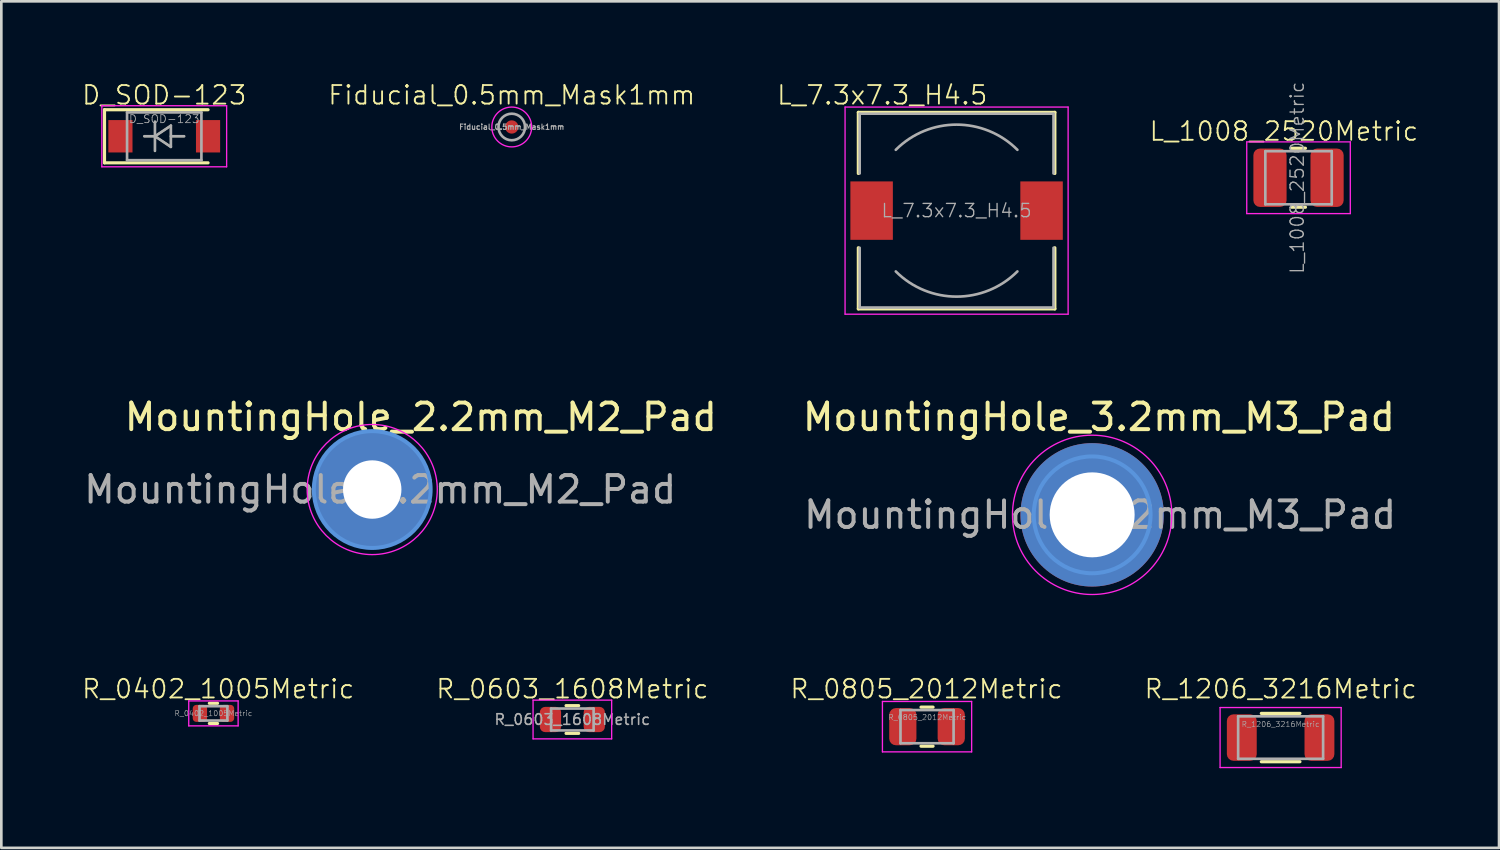
<source format=kicad_pcb>
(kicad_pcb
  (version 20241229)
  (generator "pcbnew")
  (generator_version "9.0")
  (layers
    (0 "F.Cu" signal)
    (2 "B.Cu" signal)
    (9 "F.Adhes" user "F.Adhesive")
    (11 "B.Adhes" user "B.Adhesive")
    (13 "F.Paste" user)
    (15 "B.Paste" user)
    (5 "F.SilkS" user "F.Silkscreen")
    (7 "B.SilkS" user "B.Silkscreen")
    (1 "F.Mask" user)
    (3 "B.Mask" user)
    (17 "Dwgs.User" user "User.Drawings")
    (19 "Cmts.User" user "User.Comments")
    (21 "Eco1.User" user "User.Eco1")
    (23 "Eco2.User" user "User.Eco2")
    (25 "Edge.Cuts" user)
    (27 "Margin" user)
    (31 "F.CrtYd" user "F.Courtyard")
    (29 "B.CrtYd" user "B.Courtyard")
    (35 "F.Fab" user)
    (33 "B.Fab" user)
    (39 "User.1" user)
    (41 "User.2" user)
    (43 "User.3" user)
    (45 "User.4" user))
  (footprint "MountingHole_2.2mm_M2_Pad"
    (layer "F.Cu")
    (at 10.968 15.386)
    (property "Reference" "MountingHole_2.2mm_M2_Pad" (at 1.83 -2.73 0) (layer "F.SilkS") (effects (font (size 1 1) (thickness 0.15))))
    (attr exclude_from_pos_files exclude_from_bom)
    (fp_circle (center 0 0) (end 2.2 0) (stroke (width 0.15) (type solid)) (fill no) (layer "Cmts.User"))
    (fp_circle (center 0 0) (end 2.45 0) (stroke (width 0.05) (type solid)) (fill no) (layer "F.CrtYd"))
    (fp_text user "${REFERENCE}" (at 0.3 0 0) (layer "F.Fab") (effects (font (size 1 1) (thickness 0.15))))
    (pad "1" thru_hole circle (at 0 0) (size 4.4 4.4) (drill 2.2) (layers "*.Cu" "*.Mask")))
  (footprint "Fiducial_0.5mm_Mask1mm"
    (layer "F.Cu")
    (at 16.222 1.732)
    (property "Reference" "Fiducial_0.5mm_Mask1mm" (at 0 -1.2 0) (layer "F.SilkS") (effects (font (size 0.7 0.7) (thickness 0.07))))
    (attr smd)
    (fp_circle (center 0 0) (end 0.75 0) (stroke (width 0.05) (type solid)) (fill no) (layer "F.CrtYd"))
    (fp_circle (center 0 0) (end 0.5 0) (stroke (width 0.1) (type solid)) (fill no) (layer "F.Fab"))
    (fp_text user "${REFERENCE}" (at 0 0 0) (layer "F.Fab") (effects (font (size 0.2 0.2) (thickness 0.04))))
    (pad "" smd circle (at 0 0) (size 0.5 0.5) (layers "F.Cu" "F.Mask")))
  (footprint "R_0402_1005Metric"
    (layer "F.Cu")
    (at 4.988 23.816)
    (property "Reference" "R_0402_1005Metric" (at 0.18 -0.92 0) (layer "F.SilkS") (effects (font (size 0.7 0.7) (thickness 0.07))))
    (attr smd)
    (fp_line (start -0.154 -0.38) (end 0.154 -0.38) (stroke (width 0.12) (type solid)) (layer "F.SilkS"))
    (fp_line (start -0.154 0.38) (end 0.154 0.38) (stroke (width 0.12) (type solid)) (layer "F.SilkS"))
    (fp_line (start -0.93 -0.47) (end 0.93 -0.47) (stroke (width 0.05) (type solid)) (layer "F.CrtYd"))
    (fp_line (start -0.93 0.47) (end -0.93 -0.47) (stroke (width 0.05) (type solid)) (layer "F.CrtYd"))
    (fp_line (start 0.93 -0.47) (end 0.93 0.47) (stroke (width 0.05) (type solid)) (layer "F.CrtYd"))
    (fp_line (start 0.93 0.47) (end -0.93 0.47) (stroke (width 0.05) (type solid)) (layer "F.CrtYd"))
    (fp_line (start -0.525 -0.27) (end 0.525 -0.27) (stroke (width 0.1) (type solid)) (layer "F.Fab"))
    (fp_line (start -0.525 0.27) (end -0.525 -0.27) (stroke (width 0.1) (type solid)) (layer "F.Fab"))
    (fp_line (start 0.525 -0.27) (end 0.525 0.27) (stroke (width 0.1) (type solid)) (layer "F.Fab"))
    (fp_line (start 0.525 0.27) (end -0.525 0.27) (stroke (width 0.1) (type solid)) (layer "F.Fab"))
    (fp_text user "${REFERENCE}" (at 0 0 0) (layer "F.Fab") (effects (font (size 0.2 0.2) (thickness 0.02))))
    (pad "1" smd roundrect (at -0.51 0) (size 0.54 0.64) (layers "F.Cu" "F.Mask" "F.Paste") (roundrect_rratio 0.25))
    (pad "2" smd roundrect (at 0.51 0) (size 0.54 0.64) (layers "F.Cu" "F.Mask" "F.Paste") (roundrect_rratio 0.25)))
  (footprint "R_0603_1608Metric"
    (layer "F.Cu")
    (at 18.505 24.046)
    (property "Reference" "R_0603_1608Metric" (at 0 -1.15 0) (layer "F.SilkS") (effects (font (size 0.7 0.7) (thickness 0.07))))
    (attr smd)
    (fp_line (start -0.237 -0.522) (end 0.237 -0.522) (stroke (width 0.12) (type solid)) (layer "F.SilkS"))
    (fp_line (start -0.237 0.522) (end 0.237 0.522) (stroke (width 0.12) (type solid)) (layer "F.SilkS"))
    (fp_line (start -1.48 -0.73) (end 1.48 -0.73) (stroke (width 0.05) (type solid)) (layer "F.CrtYd"))
    (fp_line (start -1.48 0.73) (end -1.48 -0.73) (stroke (width 0.05) (type solid)) (layer "F.CrtYd"))
    (fp_line (start 1.48 -0.73) (end 1.48 0.73) (stroke (width 0.05) (type solid)) (layer "F.CrtYd"))
    (fp_line (start 1.48 0.73) (end -1.48 0.73) (stroke (width 0.05) (type solid)) (layer "F.CrtYd"))
    (fp_line (start -0.8 -0.412) (end 0.8 -0.412) (stroke (width 0.1) (type solid)) (layer "F.Fab"))
    (fp_line (start -0.8 0.412) (end -0.8 -0.412) (stroke (width 0.1) (type solid)) (layer "F.Fab"))
    (fp_line (start 0.8 -0.412) (end 0.8 0.412) (stroke (width 0.1) (type solid)) (layer "F.Fab"))
    (fp_line (start 0.8 0.412) (end -0.8 0.412) (stroke (width 0.1) (type solid)) (layer "F.Fab"))
    (fp_text user "${REFERENCE}" (at 0 0 0) (layer "F.Fab") (effects (font (size 0.4 0.4) (thickness 0.06))))
    (pad "1" smd roundrect (at -0.825 0) (size 0.8 0.95) (layers "F.Cu" "F.Mask" "F.Paste") (roundrect_rratio 0.25))
    (pad "2" smd roundrect (at 0.825 0) (size 0.8 0.95) (layers "F.Cu" "F.Mask" "F.Paste") (roundrect_rratio 0.25)))
  (footprint "R_1206_3216Metric"
    (layer "F.Cu")
    (at 45.178 24.726)
    (property "Reference" "R_1206_3216Metric" (at 0 -1.83 0) (layer "F.SilkS") (effects (font (size 0.7 0.7) (thickness 0.07))))
    (attr smd)
    (fp_line (start -0.727 -0.91) (end 0.727 -0.91) (stroke (width 0.12) (type solid)) (layer "F.SilkS"))
    (fp_line (start -0.727 0.91) (end 0.727 0.91) (stroke (width 0.12) (type solid)) (layer "F.SilkS"))
    (fp_line (start -2.28 -1.13) (end 2.28 -1.13) (stroke (width 0.05) (type solid)) (layer "F.CrtYd"))
    (fp_line (start -2.28 1.13) (end -2.28 -1.13) (stroke (width 0.05) (type solid)) (layer "F.CrtYd"))
    (fp_line (start 2.28 -1.13) (end 2.28 1.13) (stroke (width 0.05) (type solid)) (layer "F.CrtYd"))
    (fp_line (start 2.28 1.13) (end -2.28 1.13) (stroke (width 0.05) (type solid)) (layer "F.CrtYd"))
    (fp_line (start -1.6 -0.8) (end 1.6 -0.8) (stroke (width 0.1) (type solid)) (layer "F.Fab"))
    (fp_line (start -1.6 0.8) (end -1.6 -0.8) (stroke (width 0.1) (type solid)) (layer "F.Fab"))
    (fp_line (start 1.6 -0.8) (end 1.6 0.8) (stroke (width 0.1) (type solid)) (layer "F.Fab"))
    (fp_line (start 1.6 0.8) (end -1.6 0.8) (stroke (width 0.1) (type solid)) (layer "F.Fab"))
    (fp_text user "${REFERENCE}" (at 0 -0.5 0) (layer "F.Fab") (effects (font (size 0.2 0.2) (thickness 0.02))))
    (pad "1" smd roundrect (at -1.462 0) (size 1.125 1.75) (layers "F.Cu" "F.Mask" "F.Paste") (roundrect_rratio 0.222))
    (pad "2" smd roundrect (at 1.462 0) (size 1.125 1.75) (layers "F.Cu" "F.Mask" "F.Paste") (roundrect_rratio 0.222)))
  (footprint "D_SOD-123"
    (layer "F.Cu")
    (at 3.135 2.082)
    (property "Reference" "D_SOD-123" (at 0 -1.55 0) (layer "F.SilkS") (effects (font (size 0.7 0.7) (thickness 0.07))))
    (attr smd)
    (fp_line (start -2.25 -1) (end -2.25 1) (stroke (width 0.12) (type solid)) (layer "F.SilkS"))
    (fp_line (start -2.25 -1) (end 1.65 -1) (stroke (width 0.12) (type solid)) (layer "F.SilkS"))
    (fp_line (start -2.25 1) (end 1.65 1) (stroke (width 0.12) (type solid)) (layer "F.SilkS"))
    (fp_line (start -0.75 0) (end -0.35 0) (stroke (width 0.07) (type solid)) (layer "F.SilkS"))
    (fp_line (start -0.35 -0.55) (end -0.35 0.55) (stroke (width 0.07) (type solid)) (layer "F.SilkS"))
    (fp_line (start -0.35 0) (end 0.25 -0.4) (stroke (width 0.07) (type solid)) (layer "F.SilkS"))
    (fp_line (start -0.35 0) (end 0.25 0.4) (stroke (width 0.07) (type solid)) (layer "F.SilkS"))
    (fp_line (start 0.25 -0.4) (end 0.25 0.4) (stroke (width 0.07) (type solid)) (layer "F.SilkS"))
    (fp_line (start 0.25 0) (end 0.75 0) (stroke (width 0.07) (type solid)) (layer "F.SilkS"))
    (fp_line (start -2.35 -1.15) (end -2.35 1.15) (stroke (width 0.05) (type solid)) (layer "F.CrtYd"))
    (fp_line (start -2.35 -1.15) (end 2.35 -1.15) (stroke (width 0.05) (type solid)) (layer "F.CrtYd"))
    (fp_line (start 2.35 -1.15) (end 2.35 1.15) (stroke (width 0.05) (type solid)) (layer "F.CrtYd"))
    (fp_line (start 2.35 1.15) (end -2.35 1.15) (stroke (width 0.05) (type solid)) (layer "F.CrtYd"))
    (fp_line (start -1.4 -0.9) (end 1.4 -0.9) (stroke (width 0.1) (type solid)) (layer "F.Fab"))
    (fp_line (start -1.4 0.9) (end -1.4 -0.9) (stroke (width 0.1) (type solid)) (layer "F.Fab"))
    (fp_line (start -0.75 0) (end -0.35 0) (stroke (width 0.1) (type solid)) (layer "F.Fab"))
    (fp_line (start -0.35 0) (end -0.35 -0.55) (stroke (width 0.1) (type solid)) (layer "F.Fab"))
    (fp_line (start -0.35 0) (end -0.35 0.55) (stroke (width 0.1) (type solid)) (layer "F.Fab"))
    (fp_line (start -0.35 0) (end 0.25 -0.4) (stroke (width 0.1) (type solid)) (layer "F.Fab"))
    (fp_line (start 0.25 -0.4) (end 0.25 0.4) (stroke (width 0.1) (type solid)) (layer "F.Fab"))
    (fp_line (start 0.25 0) (end 0.75 0) (stroke (width 0.1) (type solid)) (layer "F.Fab"))
    (fp_line (start 0.25 0.4) (end -0.35 0) (stroke (width 0.1) (type solid)) (layer "F.Fab"))
    (fp_line (start 1.4 -0.9) (end 1.4 0.9) (stroke (width 0.1) (type solid)) (layer "F.Fab"))
    (fp_line (start 1.4 0.9) (end -1.4 0.9) (stroke (width 0.1) (type solid)) (layer "F.Fab"))
    (fp_text user "${REFERENCE}" (at 0 -0.65 180) (layer "F.Fab") (effects (font (size 0.3 0.3) (thickness 0.03))))
    (pad "1" smd rect (at -1.65 0) (size 0.91 1.22) (layers "F.Cu" "F.Mask" "F.Paste"))
    (pad "2" smd rect (at 1.65 0) (size 0.91 1.22) (layers "F.Cu" "F.Mask" "F.Paste")))
  (footprint "R_0805_2012Metric"
    (layer "F.Cu")
    (at 31.862 24.316)
    (property "Reference" "R_0805_2012Metric" (at -0.02 -1.42 0) (layer "F.SilkS") (effects (font (size 0.7 0.7) (thickness 0.07))))
    (attr smd)
    (fp_line (start -0.227 -0.735) (end 0.227 -0.735) (stroke (width 0.12) (type solid)) (layer "F.SilkS"))
    (fp_line (start -0.227 0.735) (end 0.227 0.735) (stroke (width 0.12) (type solid)) (layer "F.SilkS"))
    (fp_line (start -1.68 -0.95) (end 1.68 -0.95) (stroke (width 0.05) (type solid)) (layer "F.CrtYd"))
    (fp_line (start -1.68 0.95) (end -1.68 -0.95) (stroke (width 0.05) (type solid)) (layer "F.CrtYd"))
    (fp_line (start 1.68 -0.95) (end 1.68 0.95) (stroke (width 0.05) (type solid)) (layer "F.CrtYd"))
    (fp_line (start 1.68 0.95) (end -1.68 0.95) (stroke (width 0.05) (type solid)) (layer "F.CrtYd"))
    (fp_line (start -1 -0.625) (end 1 -0.625) (stroke (width 0.1) (type solid)) (layer "F.Fab"))
    (fp_line (start -1 0.625) (end -1 -0.625) (stroke (width 0.1) (type solid)) (layer "F.Fab"))
    (fp_line (start 1 -0.625) (end 1 0.625) (stroke (width 0.1) (type solid)) (layer "F.Fab"))
    (fp_line (start 1 0.625) (end -1 0.625) (stroke (width 0.1) (type solid)) (layer "F.Fab"))
    (fp_text user "${REFERENCE}" (at 0.01 -0.35 0) (layer "F.Fab") (effects (font (size 0.2 0.2) (thickness 0.02))))
    (pad "1" smd roundrect (at -0.912 0) (size 1.025 1.4) (layers "F.Cu" "F.Mask" "F.Paste") (roundrect_rratio 0.244))
    (pad "2" smd roundrect (at 0.912 0) (size 1.025 1.4) (layers "F.Cu" "F.Mask" "F.Paste") (roundrect_rratio 0.244)))
  (footprint "L_1008_2520Metric"
    (layer "F.Cu")
    (at 45.852 3.644)
    (property "Reference" "L_1008_2520Metric" (at -0.55 -1.75 0) (layer "F.SilkS") (effects (font (size 0.7 0.7) (thickness 0.07))))
    (attr smd)
    (fp_line (start -0.261 -1.11) (end 0.261 -1.11) (stroke (width 0.12) (type solid)) (layer "F.SilkS"))
    (fp_line (start -0.261 1.11) (end 0.261 1.11) (stroke (width 0.12) (type solid)) (layer "F.SilkS"))
    (fp_line (start -1.95 -1.35) (end 1.95 -1.35) (stroke (width 0.05) (type solid)) (layer "F.CrtYd"))
    (fp_line (start -1.95 1.35) (end -1.95 -1.35) (stroke (width 0.05) (type solid)) (layer "F.CrtYd"))
    (fp_line (start 1.95 -1.35) (end 1.95 1.35) (stroke (width 0.05) (type solid)) (layer "F.CrtYd"))
    (fp_line (start 1.95 1.35) (end -1.95 1.35) (stroke (width 0.05) (type solid)) (layer "F.CrtYd"))
    (fp_line (start -1.25 -1) (end 1.25 -1) (stroke (width 0.1) (type solid)) (layer "F.Fab"))
    (fp_line (start -1.25 1) (end -1.25 -1) (stroke (width 0.1) (type solid)) (layer "F.Fab"))
    (fp_line (start 1.25 -1) (end 1.25 1) (stroke (width 0.1) (type solid)) (layer "F.Fab"))
    (fp_line (start 1.25 1) (end -1.25 1) (stroke (width 0.1) (type solid)) (layer "F.Fab"))
    (fp_text user "${REFERENCE}" (at -0.05 0 90) (layer "F.Fab") (effects (font (size 0.5 0.5) (thickness 0.05))))
    (pad "1" smd roundrect (at -1.075 0) (size 1.25 2.2) (layers "F.Cu" "F.Mask" "F.Paste") (roundrect_rratio 0.2))
    (pad "2" smd roundrect (at 1.075 0) (size 1.25 2.2) (layers "F.Cu" "F.Mask" "F.Paste") (roundrect_rratio 0.2)))
  (footprint "L_7.3x7.3_H4.5"
    (layer "F.Cu")
    (at 32.975 4.882)
    (property "Reference" "L_7.3x7.3_H4.5" (at -2.8 -4.35 0) (layer "F.SilkS") (effects (font (size 0.7 0.7) (thickness 0.07))))
    (attr smd)
    (fp_line (start -3.7 -3.7) (end 3.7 -3.7) (stroke (width 0.12) (type solid)) (layer "F.SilkS"))
    (fp_line (start -3.7 -1.4) (end -3.7 -3.7) (stroke (width 0.12) (type solid)) (layer "F.SilkS"))
    (fp_line (start -3.7 3.7) (end -3.7 1.4) (stroke (width 0.12) (type solid)) (layer "F.SilkS"))
    (fp_line (start 3.7 -3.7) (end 3.7 -1.4) (stroke (width 0.12) (type solid)) (layer "F.SilkS"))
    (fp_line (start 3.7 1.4) (end 3.7 3.7) (stroke (width 0.12) (type solid)) (layer "F.SilkS"))
    (fp_line (start 3.7 3.7) (end -3.7 3.7) (stroke (width 0.12) (type solid)) (layer "F.SilkS"))
    (fp_line (start -4.2 -3.9) (end -4.2 3.9) (stroke (width 0.05) (type solid)) (layer "F.CrtYd"))
    (fp_line (start -4.2 3.9) (end 4.2 3.9) (stroke (width 0.05) (type solid)) (layer "F.CrtYd"))
    (fp_line (start 4.2 -3.9) (end -4.2 -3.9) (stroke (width 0.05) (type solid)) (layer "F.CrtYd"))
    (fp_line (start 4.2 3.9) (end 4.2 -3.9) (stroke (width 0.05) (type solid)) (layer "F.CrtYd"))
    (fp_line (start -3.65 -3.65) (end -3.65 -1.4) (stroke (width 0.1) (type solid)) (layer "F.Fab"))
    (fp_line (start -3.65 -3.65) (end 3.65 -3.65) (stroke (width 0.1) (type solid)) (layer "F.Fab"))
    (fp_line (start -3.65 3.65) (end -3.65 1.4) (stroke (width 0.1) (type solid)) (layer "F.Fab"))
    (fp_line (start 3.65 -3.65) (end 3.65 -1.4) (stroke (width 0.1) (type solid)) (layer "F.Fab"))
    (fp_line (start 3.65 3.65) (end -3.65 3.65) (stroke (width 0.1) (type solid)) (layer "F.Fab"))
    (fp_line (start 3.65 3.65) (end 3.65 1.4) (stroke (width 0.1) (type solid)) (layer "F.Fab"))
    (fp_arc (start -2.29 -2.29) (mid 0 -3.238549) (end 2.29 -2.29) (stroke (width 0.1) (type solid)) (layer "F.Fab"))
    (fp_arc (start 2.29 2.29) (mid 0 3.238549) (end -2.29 2.29) (stroke (width 0.1) (type solid)) (layer "F.Fab"))
    (fp_text user "${REFERENCE}" (at 0 0 0) (layer "F.Fab") (effects (font (size 0.5 0.5) (thickness 0.05))))
    (pad "1" smd rect (at -3.2 0) (size 1.6 2.2) (layers "F.Cu" "F.Mask" "F.Paste"))
    (pad "2" smd rect (at 3.2 0) (size 1.6 2.2) (layers "F.Cu" "F.Mask" "F.Paste")))
  (footprint "MountingHole_3.2mm_M3_Pad"
    (layer "F.Cu")
    (at 38.08 16.339)
    (property "Reference" "MountingHole_3.2mm_M3_Pad" (at 0.254 -3.683 0) (layer "F.SilkS") (effects (font (size 1 1) (thickness 0.15))))
    (attr exclude_from_pos_files exclude_from_bom)
    (fp_circle (center 0 0) (end 2.2 0) (stroke (width 0.15) (type solid)) (fill no) (layer "Cmts.User"))
    (fp_circle (center 0 0) (end 3 0) (stroke (width 0.05) (type solid)) (fill no) (layer "F.CrtYd"))
    (fp_text user "${REFERENCE}" (at 0.3 0 0) (layer "F.Fab") (effects (font (size 1 1) (thickness 0.15))))
    (pad "1" thru_hole circle (at 0 0) (size 5.4 5.4) (drill 3.2) (layers "*.Cu" "*.Mask")))
  (gr_rect
    (start -3 -3)
    (end 53.403 28.881)
    (stroke (width 0.1) (type default))
    (fill no)
    (layer "Edge.Cuts")))
</source>
